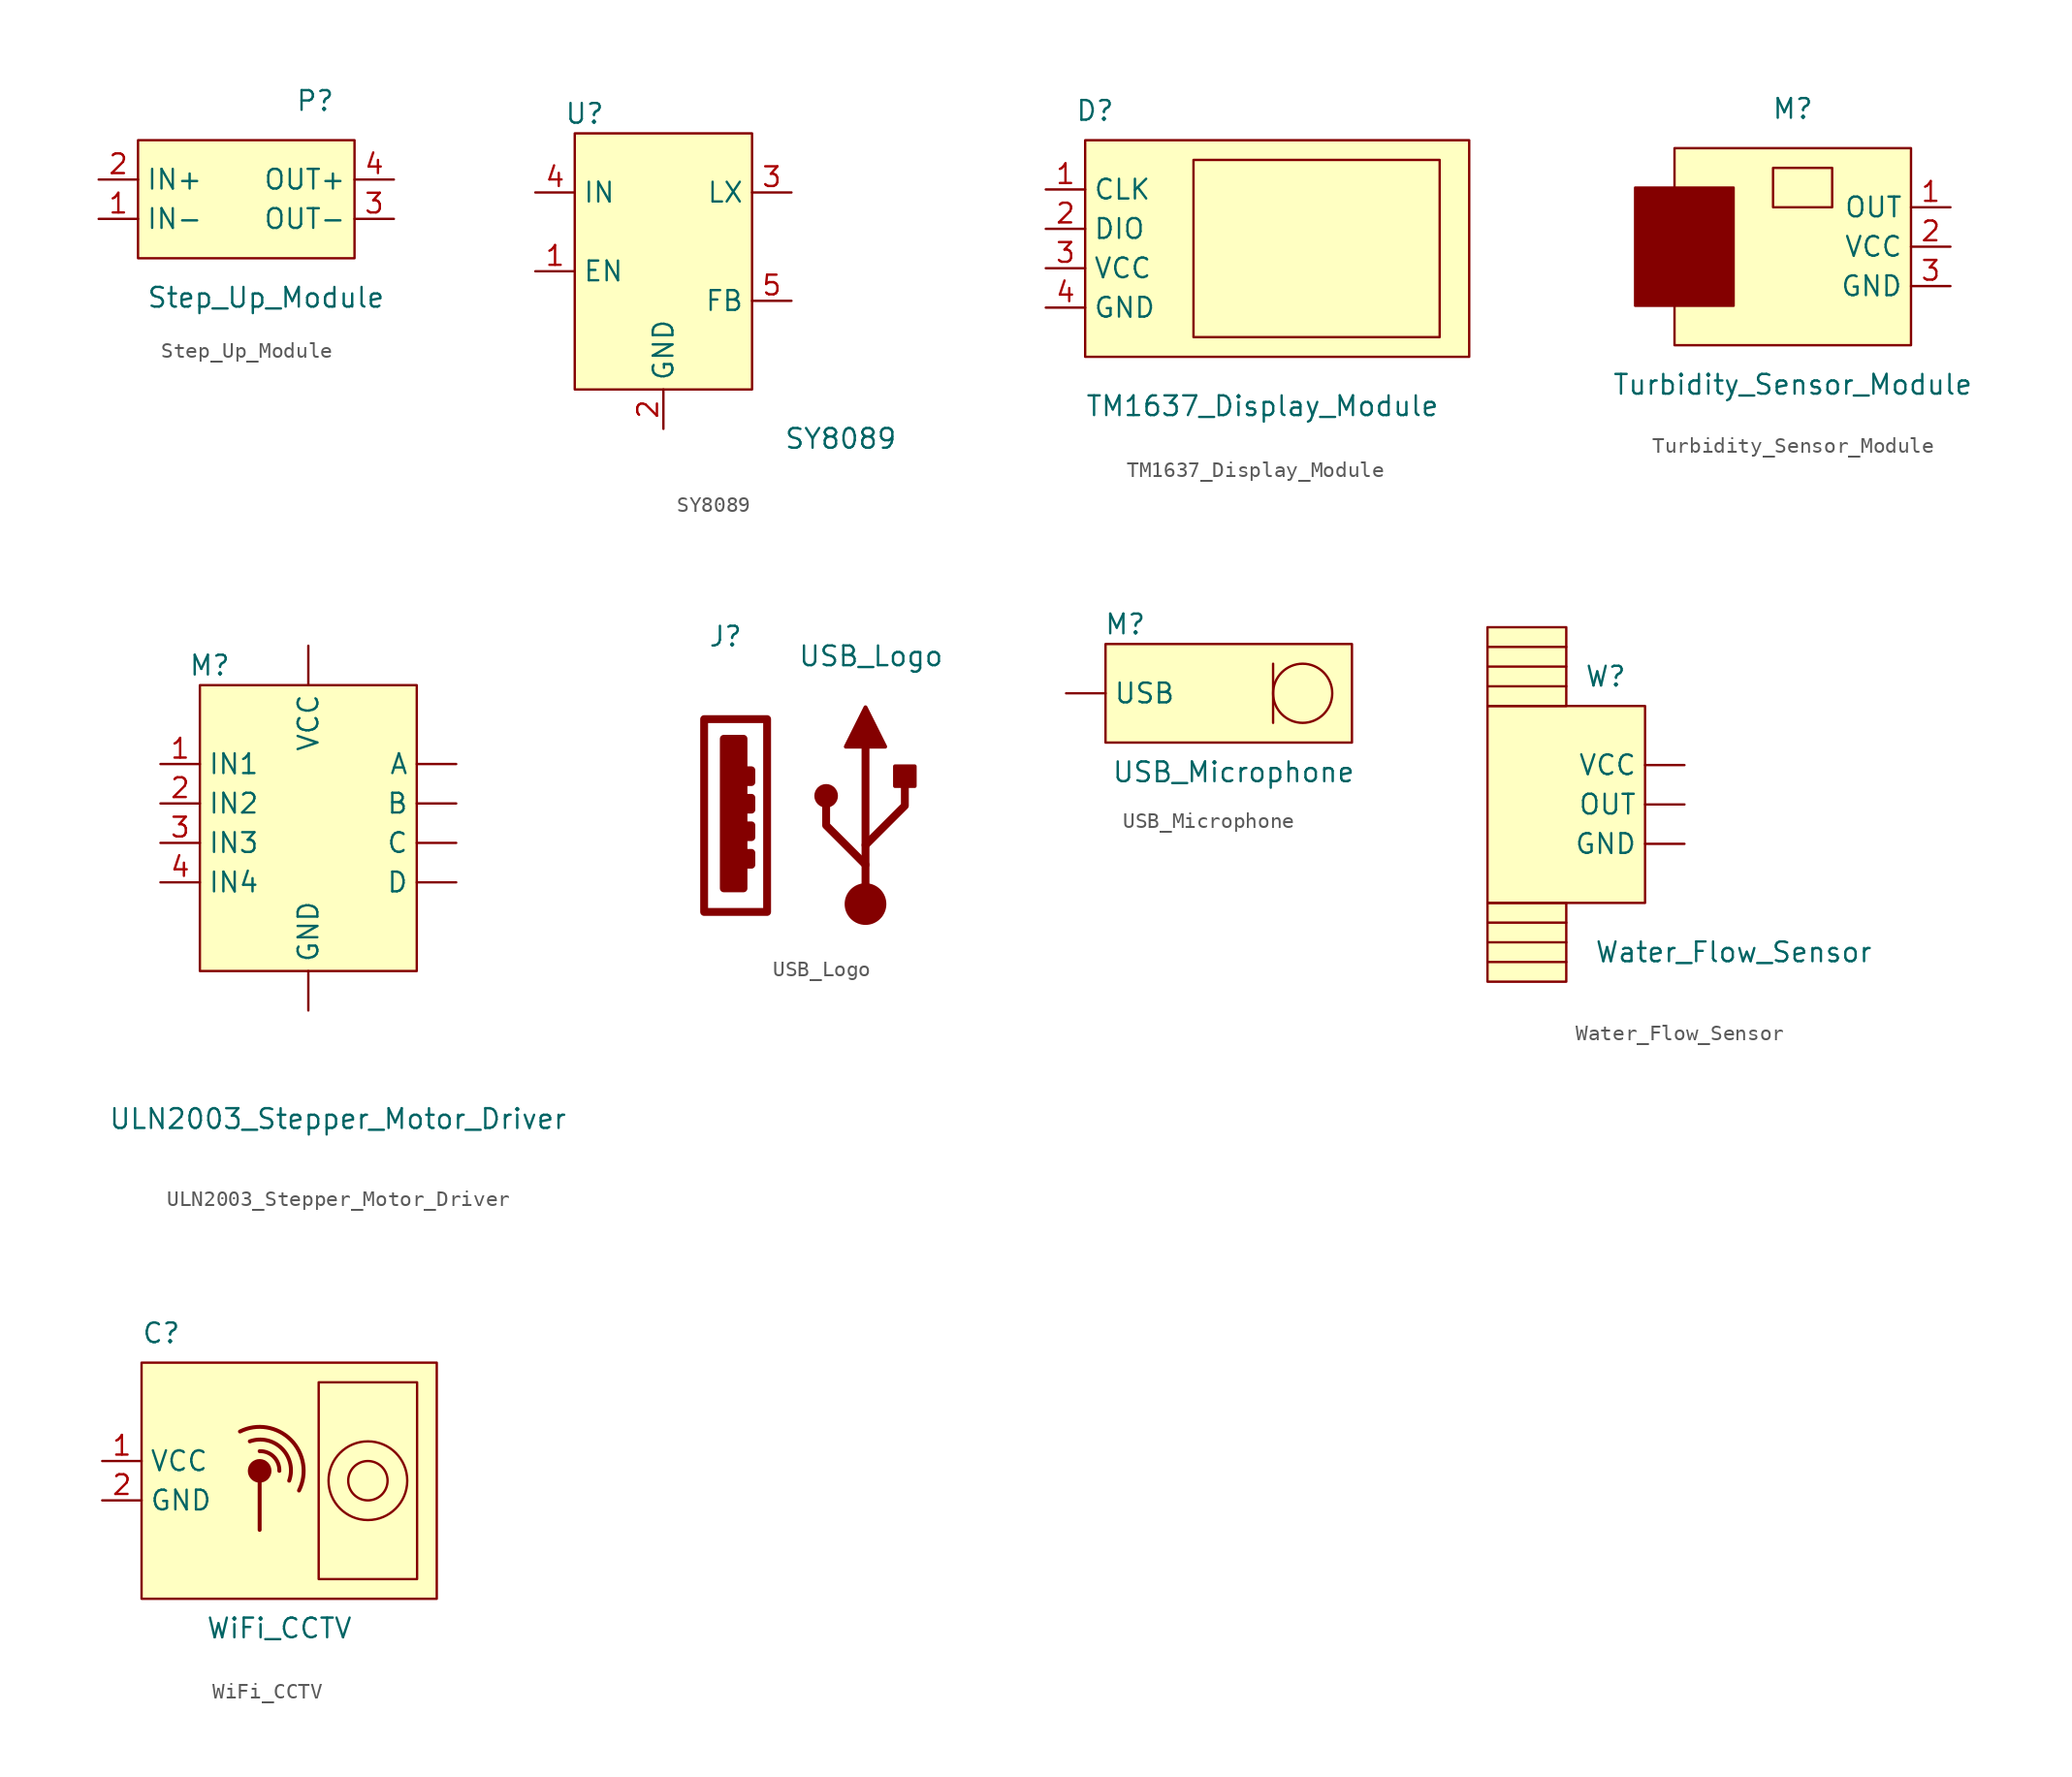
<source format=kicad_sym>
(kicad_symbol_lib
  (version 20211014)
  (generator kicad_symbol_editor)
  (symbol "Step_Up_Module"
    (property "Reference" "P"
      (at 3.81 6.35 0)
      (effects (font (size 1.27 1.27))))
    (property "Value" "Step_Up_Module"
      (at 0.635 -6.35 0)
      (effects (font (size 1.27 1.27))))
    (symbol "Step_Up_Module_0_1"
      (rectangle (start -7.62 3.81) (end 6.35 -3.81) (stroke (width 0.152) (type default) (color 0 0 0 0)) (fill (type background))))
    (symbol "Step_Up_Module_1_1"
      (pin input line (at -10.16 -1.27 0) (length 2.54) (name "IN-" (effects (font (size 1.27 1.27)))) (number "1" (effects (font (size 1.27 1.27)))))
      (pin input line (at -10.16 1.27 0) (length 2.54) (name "IN+" (effects (font (size 1.27 1.27)))) (number "2" (effects (font (size 1.27 1.27)))))
      (pin input line (at 8.89 -1.27 180) (length 2.54) (name "OUT-" (effects (font (size 1.27 1.27)))) (number "3" (effects (font (size 1.27 1.27)))))
      (pin input line (at 8.89 1.27 180) (length 2.54) (name "OUT+" (effects (font (size 1.27 1.27)))) (number "4" (effects (font (size 1.27 1.27)))))))
  (symbol "SY8089"
    (property "Reference" "U"
      (at -4.445 12.7 0)
      (effects (font (size 1.27 1.27))))
    (property "Value" "SY8089"
      (at 12.065 -8.255 0)
      (effects (font (size 1.27 1.27))))
    (symbol "SY8089_0_1"
      (rectangle (start -5.08 11.43) (end 6.35 -5.08) (stroke (width 0.152) (type default) (color 0 0 0 0)) (fill (type background))))
    (symbol "SY8089_1_1"
      (pin input line (at -7.62 2.54 0) (length 2.54) (name "EN" (effects (font (size 1.27 1.27)))) (number "1" (effects (font (size 1.27 1.27)))))
      (pin input line (at 0.635 -7.62 90) (length 2.54) (name "GND" (effects (font (size 1.27 1.27)))) (number "2" (effects (font (size 1.27 1.27)))))
      (pin input line (at 8.89 7.62 180) (length 2.54) (name "LX" (effects (font (size 1.27 1.27)))) (number "3" (effects (font (size 1.27 1.27)))))
      (pin input line (at -7.62 7.62 0) (length 2.54) (name "IN" (effects (font (size 1.27 1.27)))) (number "4" (effects (font (size 1.27 1.27)))))
      (pin input line (at 8.89 0.635 180) (length 2.54) (name "FB" (effects (font (size 1.27 1.27)))) (number "5" (effects (font (size 1.27 1.27)))))))
  (symbol "TM1637_Display_Module"
    (property "Reference" "D"
      (at -11.43 8.89 0)
      (effects (font (size 1.27 1.27))))
    (property "Value" "TM1637_Display_Module"
      (at -0.635 -10.16 0)
      (effects (font (size 1.27 1.27))))
    (symbol "TM1637_Display_Module_0_1"
      (rectangle (start -12.065 6.985) (end 12.7 -6.985) (stroke (width 0.152) (type default) (color 0 0 0 0)) (fill (type background)))
      (rectangle (start -5.08 5.715) (end 10.795 -5.715) (stroke (width 0.152) (type default) (color 0 0 0 0)) (fill (type none))))
    (symbol "TM1637_Display_Module_1_1"
      (pin input line (at -14.605 3.81 0) (length 2.54) (name "CLK" (effects (font (size 1.27 1.27)))) (number "1" (effects (font (size 1.27 1.27)))))
      (pin input line (at -14.605 1.27 0) (length 2.54) (name "DIO" (effects (font (size 1.27 1.27)))) (number "2" (effects (font (size 1.27 1.27)))))
      (pin input line (at -14.605 -1.27 0) (length 2.54) (name "VCC" (effects (font (size 1.27 1.27)))) (number "3" (effects (font (size 1.27 1.27)))))
      (pin input line (at -14.605 -3.81 0) (length 2.54) (name "GND" (effects (font (size 1.27 1.27)))) (number "4" (effects (font (size 1.27 1.27)))))))
  (symbol "Turbidity_Sensor_Module"
    (property "Reference" "M"
      (at 0 10.16 0)
      (effects (font (size 1.27 1.27))))
    (property "Value" "Turbidity_Sensor_Module"
      (at 0 -7.62 0)
      (effects (font (size 1.27 1.27))))
    (symbol "Turbidity_Sensor_Module_0_1"
      (rectangle (start -10.16 5.08) (end -3.81 -2.54) (stroke (width 0.152) (type default) (color 0 0 0 0)) (fill (type outline)))
      (rectangle (start -7.62 7.62) (end 7.62 -5.08) (stroke (width 0.152) (type default) (color 0 0 0 0)) (fill (type background)))
      (rectangle (start -1.27 6.35) (end 2.54 3.81) (stroke (width 0.152) (type default) (color 0 0 0 0)) (fill (type none))))
    (symbol "Turbidity_Sensor_Module_1_1"
      (pin input line (at 10.16 3.81 180) (length 2.54) (name "OUT" (effects (font (size 1.27 1.27)))) (number "1" (effects (font (size 1.27 1.27)))))
      (pin input line (at 10.16 1.27 180) (length 2.54) (name "VCC" (effects (font (size 1.27 1.27)))) (number "2" (effects (font (size 1.27 1.27)))))
      (pin input line (at 10.16 -1.27 180) (length 2.54) (name "GND" (effects (font (size 1.27 1.27)))) (number "3" (effects (font (size 1.27 1.27)))))))
  (symbol "ULN2003_Stepper_Motor_Driver"
    (property "Reference" "M"
      (at -6.985 12.065 0)
      (effects (font (size 1.27 1.27))))
    (property "Value" "ULN2003_Stepper_Motor_Driver"
      (at 1.27 -17.145 0)
      (effects (font (size 1.27 1.27))))
    (symbol "ULN2003_Stepper_Motor_Driver_0_1"
      (rectangle (start -7.62 10.795) (end 6.35 -7.62) (stroke (width 0.152) (type default) (color 0 0 0 0)) (fill (type background))))
    (symbol "ULN2003_Stepper_Motor_Driver_1_1"
      (pin input line (at 8.89 5.715 180) (length 2.54) (name "A" (effects (font (size 1.27 1.27)))) (number "" (effects (font (size 1.27 1.27)))))
      (pin input line (at 8.89 3.175 180) (length 2.54) (name "B" (effects (font (size 1.27 1.27)))) (number "" (effects (font (size 1.27 1.27)))))
      (pin input line (at 8.89 0.635 180) (length 2.54) (name "C" (effects (font (size 1.27 1.27)))) (number "" (effects (font (size 1.27 1.27)))))
      (pin input line (at 8.89 -1.905 180) (length 2.54) (name "D" (effects (font (size 1.27 1.27)))) (number "" (effects (font (size 1.27 1.27)))))
      (pin input line (at -0.635 -10.16 90) (length 2.54) (name "GND" (effects (font (size 1.27 1.27)))) (number "" (effects (font (size 1.27 1.27)))))
      (pin input line (at -0.635 13.335 270) (length 2.54) (name "VCC" (effects (font (size 1.27 1.27)))) (number "" (effects (font (size 1.27 1.27)))))
      (pin input line (at -10.16 5.715 0) (length 2.54) (name "IN1" (effects (font (size 1.27 1.27)))) (number "1" (effects (font (size 1.27 1.27)))))
      (pin input line (at -10.16 3.175 0) (length 2.54) (name "IN2" (effects (font (size 1.27 1.27)))) (number "2" (effects (font (size 1.27 1.27)))))
      (pin input line (at -10.16 0.635 0) (length 2.54) (name "IN3" (effects (font (size 1.27 1.27)))) (number "3" (effects (font (size 1.27 1.27)))))
      (pin input line (at -10.16 -1.905 0) (length 2.54) (name "IN4" (effects (font (size 1.27 1.27)))) (number "4" (effects (font (size 1.27 1.27)))))))
  (symbol "USB_Logo"
    (pin_names
      (offset 1.016))
    (property "Reference" "J"
      (at -10.16 11.43 0)
      (effects (font (size 1.27 1.27)) (justify left)))
    (property "Value" "USB_Logo"
      (at 5.08 10.16 0)
      (effects (font (size 1.27 1.27)) (justify right)))
    (symbol "USB_Logo_0_0"
      (rectangle (start -10.414 6.096) (end -6.35 -6.35) (stroke (width 0.508) (type default) (color 0 0 0 0)) (fill (type none)))
      (rectangle (start -9.144 4.826) (end -7.874 -4.826) (stroke (width 0.508) (type default) (color 0 0 0 0)) (fill (type outline)))
      (rectangle (start -7.62 -2.54) (end -7.366 -3.302) (stroke (width 0.508) (type default) (color 0 0 0 0)) (fill (type none)))
      (rectangle (start -7.62 -0.762) (end -7.366 -1.524) (stroke (width 0.508) (type default) (color 0 0 0 0)) (fill (type none)))
      (rectangle (start -7.62 1.016) (end -7.366 0.254) (stroke (width 0.508) (type default) (color 0 0 0 0)) (fill (type none)))
      (rectangle (start -7.62 2.794) (end -7.366 2.032) (stroke (width 0.508) (type default) (color 0 0 0 0)) (fill (type none))))
    (symbol "USB_Logo_1_1"
      (circle (center -2.54 1.143) (radius 0.635) (stroke (width 0.254) (type default) (color 0 0 0 0)) (fill (type outline)))
      (circle (center 0 -5.842) (radius 1.27) (stroke (width 0) (type default) (color 0 0 0 0)) (fill (type outline)))
      (polyline (pts (xy 0 -5.842) (xy 0 4.318)) (stroke (width 0.508) (type default) (color 0 0 0 0)) (fill (type none)))
      (polyline (pts (xy 0 -3.302) (xy -2.54 -0.762) (xy -2.54 0.508)) (stroke (width 0.508) (type default) (color 0 0 0 0)) (fill (type none)))
      (polyline (pts (xy 0 -2.032) (xy 2.54 0.508) (xy 2.54 1.778)) (stroke (width 0.508) (type default) (color 0 0 0 0)) (fill (type none)))
      (polyline (pts (xy -1.27 4.318) (xy 0 6.858) (xy 1.27 4.318) (xy -1.27 4.318)) (stroke (width 0.254) (type default) (color 0 0 0 0)) (fill (type outline)))
      (rectangle (start 1.905 1.778) (end 3.175 3.048) (stroke (width 0.254) (type default) (color 0 0 0 0)) (fill (type outline)))))
  (symbol "USB_Microphone"
    (property "Reference" "M"
      (at -5.715 4.445 0)
      (effects (font (size 1.27 1.27))))
    (property "Value" "USB_Microphone"
      (at 1.27 -5.08 0)
      (effects (font (size 1.27 1.27))))
    (symbol "USB_Microphone_0_1"
      (rectangle (start -6.985 3.175) (end 8.89 -3.175) (stroke (width 0.152) (type default) (color 0 0 0 0)) (fill (type background)))
      (polyline (pts (xy 3.81 1.905) (xy 3.81 -1.905)) (stroke (width 0.152) (type default) (color 0 0 0 0)) (fill (type none)))
      (circle (center 5.715 0) (radius 1.905) (stroke (width 0.152) (type default) (color 0 0 0 0)) (fill (type none))))
    (symbol "USB_Microphone_1_1"
      (pin input line (at -9.525 0 0) (length 2.54) (name "USB" (effects (font (size 1.27 1.27)))) (number "" (effects (font (size 1.27 1.27)))))))
  (symbol "Water_Flow_Sensor"
    (property "Reference" "W"
      (at 1.27 6.35 0)
      (effects (font (size 1.27 1.27))))
    (property "Value" "Water_Flow_Sensor"
      (at 9.525 -11.43 0)
      (effects (font (size 1.27 1.27))))
    (symbol "Water_Flow_Sensor_0_1"
      (rectangle (start -6.35 -13.335) (end -1.27 -8.255) (stroke (width 0.152) (type default) (color 0 0 0 0)) (fill (type background)))
      (rectangle (start -6.35 4.445) (end -1.27 9.525) (stroke (width 0.152) (type default) (color 0 0 0 0)) (fill (type background)))
      (rectangle (start -6.35 4.445) (end 3.81 -8.255) (stroke (width 0.152) (type default) (color 0 0 0 0)) (fill (type background)))
      (polyline (pts (xy -6.35 -12.065) (xy -1.27 -12.065)) (stroke (width 0.152) (type default) (color 0 0 0 0)) (fill (type none)))
      (polyline (pts (xy -6.35 -10.795) (xy -1.27 -10.795)) (stroke (width 0.152) (type default) (color 0 0 0 0)) (fill (type none)))
      (polyline (pts (xy -6.35 -9.525) (xy -1.27 -9.525)) (stroke (width 0.152) (type default) (color 0 0 0 0)) (fill (type none)))
      (polyline (pts (xy -6.35 5.715) (xy -1.27 5.715)) (stroke (width 0.152) (type default) (color 0 0 0 0)) (fill (type none)))
      (polyline (pts (xy -6.35 6.985) (xy -1.27 6.985)) (stroke (width 0.152) (type default) (color 0 0 0 0)) (fill (type none)))
      (polyline (pts (xy -6.35 8.255) (xy -1.27 8.255)) (stroke (width 0.152) (type default) (color 0 0 0 0)) (fill (type none))))
    (symbol "Water_Flow_Sensor_1_1"
      (pin input line (at 6.35 -4.445 180) (length 2.54) (name "GND" (effects (font (size 1.27 1.27)))) (number "" (effects (font (size 1.27 1.27)))))
      (pin input line (at 6.35 -1.905 180) (length 2.54) (name "OUT" (effects (font (size 1.27 1.27)))) (number "" (effects (font (size 1.27 1.27)))))
      (pin input line (at 6.35 0.635 180) (length 2.54) (name "VCC" (effects (font (size 1.27 1.27)))) (number "" (effects (font (size 1.27 1.27)))))))
  (symbol "WiFi_CCTV"
    (property "Reference" "C"
      (at -7.62 10.795 0)
      (effects (font (size 1.27 1.27))))
    (property "Value" "WiFi_CCTV"
      (at 0 -8.255 0)
      (effects (font (size 1.27 1.27))))
    (symbol "WiFi_CCTV_0_1"
      (rectangle (start -8.89 8.89) (end 10.16 -6.35) (stroke (width 0.152) (type default) (color 0 0 0 0)) (fill (type background)))
      (circle (center -1.27 1.905) (radius 0.635) (stroke (width 0.254) (type default) (color 0 0 0 0)) (fill (type outline)))
      (polyline (pts (xy -1.27 1.27) (xy -1.27 -1.905)) (stroke (width 0.254) (type default) (color 0 0 0 0)) (fill (type none)))
      (arc (start 0.0001 1.9051) (mid -0.359 2.816) (end -1.2699 3.1751) (stroke (width 0.254) (type default) (color 0 0 0 0)) (fill (type none)))
      (arc (start 0.6351 1.2701) (mid 0.1684 3.3434) (end -1.9049 3.8101) (stroke (width 0.254) (type default) (color 0 0 0 0)) (fill (type none)))
      (arc (start 1.2701 0.6351) (mid 0.7381 3.9131) (end -2.5399 4.4451) (stroke (width 0.254) (type default) (color 0 0 0 0)) (fill (type none)))
      (rectangle (start 2.54 7.62) (end 8.89 -5.08) (stroke (width 0.152) (type default) (color 0 0 0 0)) (fill (type none)))
      (circle (center 5.715 1.27) (radius 1.27) (stroke (width 0.152) (type default) (color 0 0 0 0)) (fill (type none)))
      (circle (center 5.715 1.27) (radius 2.54) (stroke (width 0.152) (type default) (color 0 0 0 0)) (fill (type none))))
    (symbol "WiFi_CCTV_1_1"
      (pin input line (at -11.43 2.54 0) (length 2.54) (name "VCC" (effects (font (size 1.27 1.27)))) (number "1" (effects (font (size 1.27 1.27)))))
      (pin input line (at -11.43 0 0) (length 2.54) (name "GND" (effects (font (size 1.27 1.27)))) (number "2" (effects (font (size 1.27 1.27))))))))
</source>
